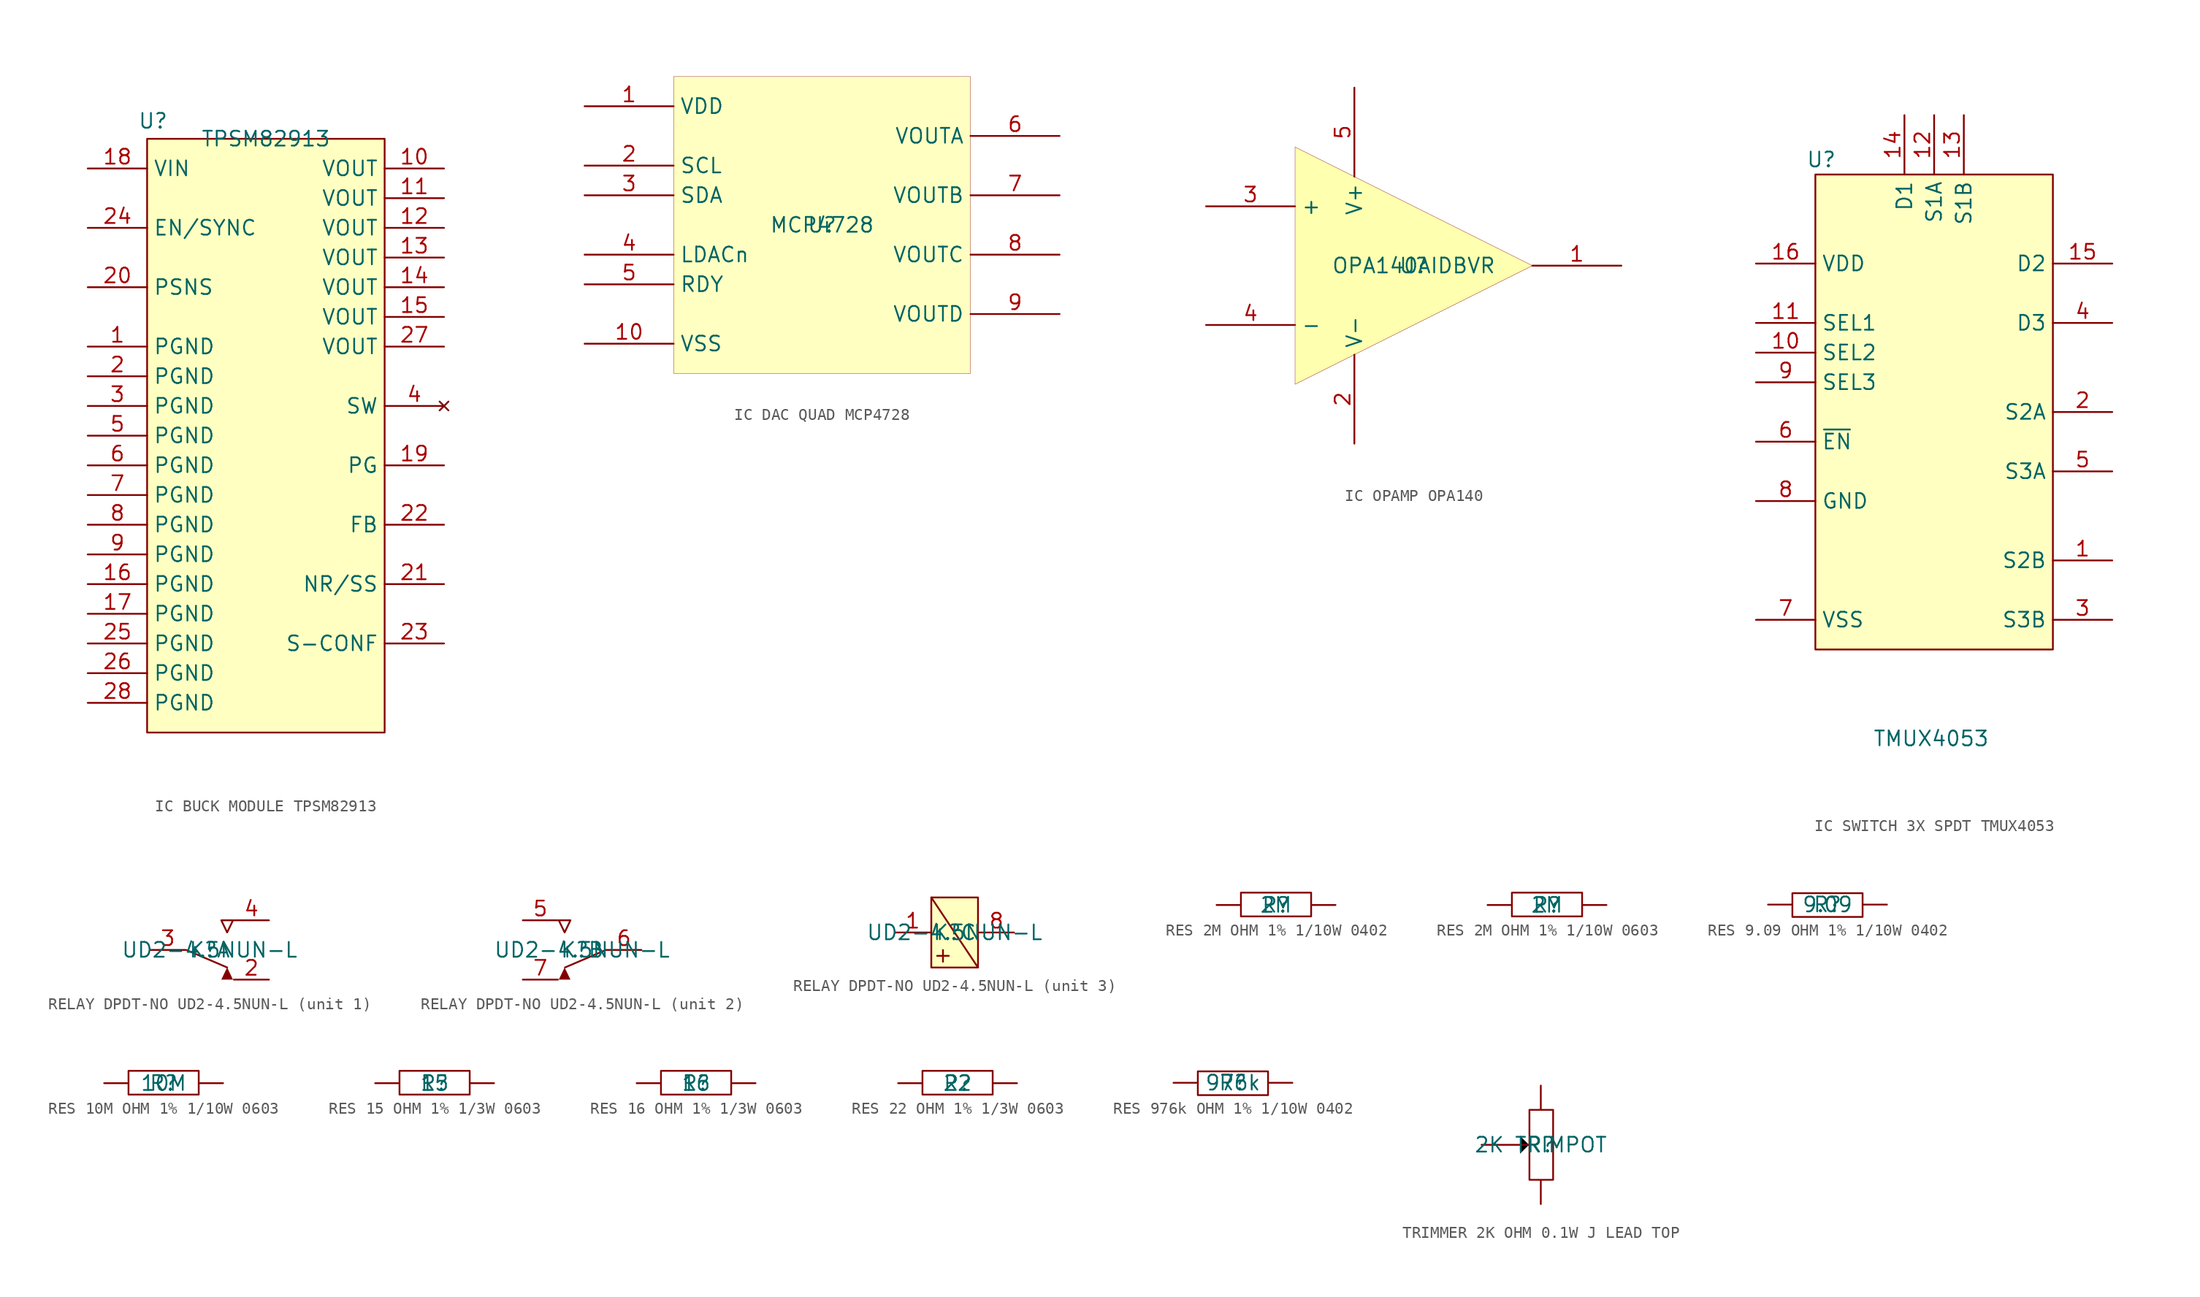
<source format=kicad_sym>
(kicad_symbol_lib
  (version 20241209)
  (generator "kicad_symbol_editor")
  (generator_version "9.0")
  (symbol "IC BUCK MODULE TPSM82913"
    (property "Reference" "U"
      (at -9.652 1.524 0)
      (effects (font (size 1.27 1.27))))
    (property "Value" "TPSM82913"
      (at 0 0 0)
      (effects (font (size 1.27 1.27))))
    (symbol "IC BUCK MODULE TPSM82913_1_1"
      (rectangle (start -10.16 0) (end 10.16 -50.8) (stroke (width 0) (type solid)) (fill (type background)))
      (pin power_in line (at -15.24 -2.54 0) (length 5.08) (name "VIN" (effects (font (size 1.27 1.27)))) (number "18" (effects (font (size 1.27 1.27)))))
      (pin input line (at -15.24 -7.62 0) (length 5.08) (name "EN/SYNC" (effects (font (size 1.27 1.27)))) (number "24" (effects (font (size 1.27 1.27)))))
      (pin input line (at -15.24 -12.7 0) (length 5.08) (name "PSNS" (effects (font (size 1.27 1.27)))) (number "20" (effects (font (size 1.27 1.27)))))
      (pin power_in line (at -15.24 -17.78 0) (length 5.08) (name "PGND" (effects (font (size 1.27 1.27)))) (number "1" (effects (font (size 1.27 1.27)))))
      (pin power_in line (at -15.24 -20.32 0) (length 5.08) (name "PGND" (effects (font (size 1.27 1.27)))) (number "2" (effects (font (size 1.27 1.27)))))
      (pin power_in line (at -15.24 -22.86 0) (length 5.08) (name "PGND" (effects (font (size 1.27 1.27)))) (number "3" (effects (font (size 1.27 1.27)))))
      (pin power_in line (at -15.24 -25.4 0) (length 5.08) (name "PGND" (effects (font (size 1.27 1.27)))) (number "5" (effects (font (size 1.27 1.27)))))
      (pin power_in line (at -15.24 -27.94 0) (length 5.08) (name "PGND" (effects (font (size 1.27 1.27)))) (number "6" (effects (font (size 1.27 1.27)))))
      (pin power_in line (at -15.24 -30.48 0) (length 5.08) (name "PGND" (effects (font (size 1.27 1.27)))) (number "7" (effects (font (size 1.27 1.27)))))
      (pin power_in line (at -15.24 -33.02 0) (length 5.08) (name "PGND" (effects (font (size 1.27 1.27)))) (number "8" (effects (font (size 1.27 1.27)))))
      (pin power_in line (at -15.24 -35.56 0) (length 5.08) (name "PGND" (effects (font (size 1.27 1.27)))) (number "9" (effects (font (size 1.27 1.27)))))
      (pin power_in line (at -15.24 -38.1 0) (length 5.08) (name "PGND" (effects (font (size 1.27 1.27)))) (number "16" (effects (font (size 1.27 1.27)))))
      (pin power_in line (at -15.24 -40.64 0) (length 5.08) (name "PGND" (effects (font (size 1.27 1.27)))) (number "17" (effects (font (size 1.27 1.27)))))
      (pin power_in line (at -15.24 -43.18 0) (length 5.08) (name "PGND" (effects (font (size 1.27 1.27)))) (number "25" (effects (font (size 1.27 1.27)))))
      (pin power_in line (at -15.24 -45.72 0) (length 5.08) (name "PGND" (effects (font (size 1.27 1.27)))) (number "26" (effects (font (size 1.27 1.27)))))
      (pin power_in line (at -15.24 -48.26 0) (length 5.08) (name "PGND" (effects (font (size 1.27 1.27)))) (number "28" (effects (font (size 1.27 1.27)))))
      (pin power_out line (at 15.24 -2.54 180) (length 5.08) (name "VOUT" (effects (font (size 1.27 1.27)))) (number "10" (effects (font (size 1.27 1.27)))))
      (pin power_out line (at 15.24 -5.08 180) (length 5.08) (name "VOUT" (effects (font (size 1.27 1.27)))) (number "11" (effects (font (size 1.27 1.27)))))
      (pin power_out line (at 15.24 -7.62 180) (length 5.08) (name "VOUT" (effects (font (size 1.27 1.27)))) (number "12" (effects (font (size 1.27 1.27)))))
      (pin power_out line (at 15.24 -10.16 180) (length 5.08) (name "VOUT" (effects (font (size 1.27 1.27)))) (number "13" (effects (font (size 1.27 1.27)))))
      (pin power_out line (at 15.24 -12.7 180) (length 5.08) (name "VOUT" (effects (font (size 1.27 1.27)))) (number "14" (effects (font (size 1.27 1.27)))))
      (pin power_out line (at 15.24 -15.24 180) (length 5.08) (name "VOUT" (effects (font (size 1.27 1.27)))) (number "15" (effects (font (size 1.27 1.27)))))
      (pin power_out line (at 15.24 -17.78 180) (length 5.08) (name "VOUT" (effects (font (size 1.27 1.27)))) (number "27" (effects (font (size 1.27 1.27)))))
      (pin no_connect line (at 15.24 -22.86 180) (length 5.08) (name "SW" (effects (font (size 1.27 1.27)))) (number "4" (effects (font (size 1.27 1.27)))))
      (pin output line (at 15.24 -27.94 180) (length 5.08) (name "PG" (effects (font (size 1.27 1.27)))) (number "19" (effects (font (size 1.27 1.27)))))
      (pin input line (at 15.24 -33.02 180) (length 5.08) (name "FB" (effects (font (size 1.27 1.27)))) (number "22" (effects (font (size 1.27 1.27)))))
      (pin output line (at 15.24 -38.1 180) (length 5.08) (name "NR/SS" (effects (font (size 1.27 1.27)))) (number "21" (effects (font (size 1.27 1.27)))))
      (pin output line (at 15.24 -43.18 180) (length 5.08) (name "S-CONF" (effects (font (size 1.27 1.27)))) (number "23" (effects (font (size 1.27 1.27)))))))
  (symbol "IC DAC QUAD MCP4728"
    (property "Reference" "U"
      (at 0 0 0)
      (effects (font (size 1.27 1.27))))
    (property "Value" "MCP4728"
      (at 0 0 0)
      (effects (font (size 1.27 1.27))))
    (symbol "IC DAC QUAD MCP4728_1_0"
      (rectangle (start 12.7 12.7) (end -12.7 -12.7) (stroke (width 0.025) (type solid) (color 128 0 0 1)) (fill (type background)))
      (pin power_in line (at -20.32 10.16 0) (length 7.62) (name "VDD" (effects (font (size 1.27 1.27)))) (number "1" (effects (font (size 1.27 1.27)))))
      (pin open_collector line (at -20.32 5.08 0) (length 7.62) (name "SCL" (effects (font (size 1.27 1.27)))) (number "2" (effects (font (size 1.27 1.27)))))
      (pin open_collector line (at -20.32 2.54 0) (length 7.62) (name "SDA" (effects (font (size 1.27 1.27)))) (number "3" (effects (font (size 1.27 1.27)))))
      (pin input line (at -20.32 -2.54 0) (length 7.62) (name "LDACn" (effects (font (size 1.27 1.27)))) (number "4" (effects (font (size 1.27 1.27)))))
      (pin open_collector line (at -20.32 -5.08 0) (length 7.62) (name "RDY" (effects (font (size 1.27 1.27)))) (number "5" (effects (font (size 1.27 1.27)))))
      (pin power_in line (at -20.32 -10.16 0) (length 7.62) (name "VSS" (effects (font (size 1.27 1.27)))) (number "10" (effects (font (size 1.27 1.27)))))
      (pin output line (at 20.32 7.62 180) (length 7.62) (name "VOUTA" (effects (font (size 1.27 1.27)))) (number "6" (effects (font (size 1.27 1.27)))))
      (pin output line (at 20.32 2.54 180) (length 7.62) (name "VOUTB" (effects (font (size 1.27 1.27)))) (number "7" (effects (font (size 1.27 1.27)))))
      (pin output line (at 20.32 -2.54 180) (length 7.62) (name "VOUTC" (effects (font (size 1.27 1.27)))) (number "8" (effects (font (size 1.27 1.27)))))
      (pin output line (at 20.32 -7.62 180) (length 7.62) (name "VOUTD" (effects (font (size 1.27 1.27)))) (number "9" (effects (font (size 1.27 1.27)))))))
  (symbol "IC OPAMP OPA140"
    (property "Reference" "U"
      (at 0 0 0)
      (effects (font (size 1.27 1.27))))
    (property "Value" "OPA140AIDBVR"
      (at 0 0 0)
      (effects (font (size 1.27 1.27))))
    (symbol "IC OPAMP OPA140_1_0"
      (polyline (pts (xy -10.16 10.16) (xy 10.16 0) (xy -10.16 -10.16) (xy -10.16 10.16)) (stroke (width 0.025) (type solid) (color 128 0 0 1)) (fill (type color) (color 255 255 176 1)))
      (pin input line (at -17.78 5.08 0) (length 7.62) (name "+" (effects (font (size 1.27 1.27)))) (number "3" (effects (font (size 1.27 1.27)))))
      (pin input line (at -17.78 -5.08 0) (length 7.62) (name "-" (effects (font (size 1.27 1.27)))) (number "4" (effects (font (size 1.27 1.27)))))
      (pin power_in line (at -5.08 15.24 270) (length 7.62) (name "V+" (effects (font (size 1.27 1.27)))) (number "5" (effects (font (size 1.27 1.27)))))
      (pin power_in line (at -5.08 -15.24 90) (length 7.62) (name "V-" (effects (font (size 1.27 1.27)))) (number "2" (effects (font (size 1.27 1.27)))))
      (pin output line (at 17.78 0 180) (length 7.62) (name "OUT" (effects (font (size 0 0)))) (number "1" (effects (font (size 1.27 1.27)))))))
  (symbol "IC SWITCH 3X SPDT TMUX4053"
    (property "Reference" "U"
      (at -9.652 21.59 0)
      (effects (font (size 1.27 1.27))))
    (property "Value" "TMUX4053"
      (at -0.254 -27.94 0)
      (effects (font (size 1.27 1.27))))
    (symbol "IC SWITCH 3X SPDT TMUX4053_1_1"
      (rectangle (start -10.16 20.32) (end 10.16 -20.32) (stroke (width 0) (type solid)) (fill (type background)))
      (pin power_in line (at -15.24 12.7 0) (length 5.08) (name "VDD" (effects (font (size 1.27 1.27)))) (number "16" (effects (font (size 1.27 1.27)))))
      (pin input line (at -15.24 7.62 0) (length 5.08) (name "SEL1" (effects (font (size 1.27 1.27)))) (number "11" (effects (font (size 1.27 1.27)))))
      (pin input line (at -15.24 5.08 0) (length 5.08) (name "SEL2" (effects (font (size 1.27 1.27)))) (number "10" (effects (font (size 1.27 1.27)))))
      (pin input line (at -15.24 2.54 0) (length 5.08) (name "SEL3" (effects (font (size 1.27 1.27)))) (number "9" (effects (font (size 1.27 1.27)))))
      (pin input line (at -15.24 -2.54 0) (length 5.08) (name "~{EN}" (effects (font (size 1.27 1.27)))) (number "6" (effects (font (size 1.27 1.27)))))
      (pin power_in line (at -15.24 -7.62 0) (length 5.08) (name "GND" (effects (font (size 1.27 1.27)))) (number "8" (effects (font (size 1.27 1.27)))))
      (pin power_in line (at -15.24 -17.78 0) (length 5.08) (name "VSS" (effects (font (size 1.27 1.27)))) (number "7" (effects (font (size 1.27 1.27)))))
      (pin passive line (at -2.54 25.4 270) (length 5.08) (name "D1" (effects (font (size 1.27 1.27)))) (number "14" (effects (font (size 1.27 1.27)))))
      (pin passive line (at 0 25.4 270) (length 5.08) (name "S1A" (effects (font (size 1.27 1.27)))) (number "12" (effects (font (size 1.27 1.27)))))
      (pin passive line (at 2.54 25.4 270) (length 5.08) (name "S1B" (effects (font (size 1.27 1.27)))) (number "13" (effects (font (size 1.27 1.27)))))
      (pin passive line (at 15.24 12.7 180) (length 5.08) (name "D2" (effects (font (size 1.27 1.27)))) (number "15" (effects (font (size 1.27 1.27)))))
      (pin passive line (at 15.24 7.62 180) (length 5.08) (name "D3" (effects (font (size 1.27 1.27)))) (number "4" (effects (font (size 1.27 1.27)))))
      (pin passive line (at 15.24 0 180) (length 5.08) (name "S2A" (effects (font (size 1.27 1.27)))) (number "2" (effects (font (size 1.27 1.27)))))
      (pin passive line (at 15.24 -5.08 180) (length 5.08) (name "S3A" (effects (font (size 1.27 1.27)))) (number "5" (effects (font (size 1.27 1.27)))))
      (pin passive line (at 15.24 -12.7 180) (length 5.08) (name "S2B" (effects (font (size 1.27 1.27)))) (number "1" (effects (font (size 1.27 1.27)))))
      (pin passive line (at 15.24 -17.78 180) (length 5.08) (name "S3B" (effects (font (size 1.27 1.27)))) (number "3" (effects (font (size 1.27 1.27)))))))
  (symbol "RELAY DPDT-NO UD2-4.5NUN-L"
    (pin_names
      (hide yes))
    (property "Reference" "K"
      (at 0 0 0)
      (effects (font (size 1.27 1.27))))
    (property "Value" "UD2-4.5NUN-L"
      (at 0 0 0)
      (effects (font (size 1.27 1.27))))
    (symbol "RELAY DPDT-NO UD2-4.5NUN-L_1_0"
      (polyline (pts (xy -2 0) (xy 1.5 -1.5)) (stroke (width 0) (type solid)) (fill (type none)))
      (polyline (pts (xy 1 -2.54) (xy 2 -2.54) (xy 1.5 -1.5) (xy 1 -2.54)) (stroke (width -0.0001) (type solid)) (fill (type outline)))
      (polyline (pts (xy 1.5 1.5) (xy 1 2.54) (xy 2 2.54) (xy 1.5 1.5)) (stroke (width 0) (type solid)) (fill (type none)))
      (pin passive line (at -5.08 0 0) (length 3) (name "3" (effects (font (size 1.27 1.27)))) (number "3" (effects (font (size 1.27 1.27)))))
      (pin passive line (at 5.08 2.54 180) (length 3) (name "4" (effects (font (size 1.27 1.27)))) (number "4" (effects (font (size 1.27 1.27)))))
      (pin passive line (at 5.08 -2.54 180) (length 3) (name "2" (effects (font (size 1.27 1.27)))) (number "2" (effects (font (size 1.27 1.27))))))
    (symbol "RELAY DPDT-NO UD2-4.5NUN-L_2_0"
      (polyline (pts (xy -1.5 -1.5) (xy -1 -2.54) (xy -2 -2.54) (xy -1.5 -1.5)) (stroke (width -0.0001) (type solid)) (fill (type outline)))
      (polyline (pts (xy -1.468 -1.5) (xy 2.032 0)) (stroke (width 0) (type solid)) (fill (type none)))
      (polyline (pts (xy -1 2.54) (xy -2 2.54) (xy -1.5 1.5) (xy -1 2.54)) (stroke (width 0) (type solid)) (fill (type none)))
      (pin passive line (at -5.08 2.54 0) (length 3) (name "5" (effects (font (size 1.27 1.27)))) (number "5" (effects (font (size 1.27 1.27)))))
      (pin passive line (at -5.08 -2.54 0) (length 3) (name "7" (effects (font (size 1.27 1.27)))) (number "7" (effects (font (size 1.27 1.27)))))
      (pin passive line (at 5.08 0 180) (length 3) (name "6" (effects (font (size 1.27 1.27)))) (number "6" (effects (font (size 1.27 1.27))))))
    (symbol "RELAY DPDT-NO UD2-4.5NUN-L_3_0"
      (polyline (pts (xy -2 3) (xy 2 -3)) (stroke (width 0) (type solid)) (fill (type none)))
      (polyline (pts (xy -2 -3) (xy 2 -3) (xy 2 3) (xy -2 3) (xy -2 -3)) (stroke (width 0) (type solid)) (fill (type none)))
      (polyline (pts (xy -1.5 -2) (xy -0.5 -2)) (stroke (width 0) (type solid)) (fill (type none)))
      (polyline (pts (xy -1 -2.5) (xy -1 -1.5)) (stroke (width 0) (type solid)) (fill (type none)))
      (rectangle (start 2 3) (end -2 -3) (stroke (width 0.025) (type solid) (color 128 0 0 1)) (fill (type background)))
      (pin passive line (at -5.08 0 0) (length 3) (name "1" (effects (font (size 1.27 1.27)))) (number "1" (effects (font (size 1.27 1.27)))))
      (pin passive line (at 5.08 0 180) (length 3) (name "8" (effects (font (size 1.27 1.27)))) (number "8" (effects (font (size 1.27 1.27)))))))
  (symbol "RES 2M OHM 1% 1/10W 0402"
    (pin_numbers
      (hide yes))
    (pin_names
      (hide yes))
    (property "Reference" "R"
      (at 0 0 0)
      (effects (font (size 1.27 1.27))))
    (property "Value" "2M"
      (at 0 0 0)
      (effects (font (size 1.27 1.27))))
    (symbol "RES 2M OHM 1% 1/10W 0402_1_0"
      (rectangle (start 3 1.056) (end -3 -0.976) (stroke (width 0) (type solid)) (fill (type none)))
      (pin passive line (at -5.08 0 0) (length 2) (name "2" (effects (font (size 1.27 1.27)))) (number "2" (effects (font (size 1.27 1.27)))))
      (pin passive line (at 5.08 0 180) (length 2) (name "1" (effects (font (size 1.27 1.27)))) (number "1" (effects (font (size 1.27 1.27)))))))
  (symbol "RES 2M OHM 1% 1/10W 0603"
    (pin_numbers
      (hide yes))
    (pin_names
      (hide yes))
    (property "Reference" "R"
      (at 0 0 0)
      (effects (font (size 1.27 1.27))))
    (property "Value" "2M"
      (at 0 0 0)
      (effects (font (size 1.27 1.27))))
    (symbol "RES 2M OHM 1% 1/10W 0603_1_0"
      (rectangle (start 3 1.056) (end -3 -0.976) (stroke (width 0) (type solid)) (fill (type none)))
      (pin passive line (at -5.08 0 0) (length 2) (name "2" (effects (font (size 1.27 1.27)))) (number "2" (effects (font (size 1.27 1.27)))))
      (pin passive line (at 5.08 0 180) (length 2) (name "1" (effects (font (size 1.27 1.27)))) (number "1" (effects (font (size 1.27 1.27)))))))
  (symbol "RES 9.09 OHM 1% 1/10W 0402"
    (pin_numbers
      (hide yes))
    (pin_names
      (hide yes))
    (property "Reference" "R"
      (at 0 0 0)
      (effects (font (size 1.27 1.27))))
    (property "Value" "9.09"
      (at 0 0 0)
      (effects (font (size 1.27 1.27))))
    (symbol "RES 9.09 OHM 1% 1/10W 0402_1_0"
      (rectangle (start 3 0.976) (end -3 -1.056) (stroke (width 0) (type solid)) (fill (type none)))
      (pin passive line (at -5.08 0 0) (length 2) (name "1" (effects (font (size 1.27 1.27)))) (number "1" (effects (font (size 1.27 1.27)))))
      (pin passive line (at 5.08 0 180) (length 2) (name "2" (effects (font (size 1.27 1.27)))) (number "2" (effects (font (size 1.27 1.27)))))))
  (symbol "RES 10M OHM 1% 1/10W 0603"
    (pin_numbers
      (hide yes))
    (pin_names
      (hide yes))
    (property "Reference" "R"
      (at 0 0 0)
      (effects (font (size 1.27 1.27))))
    (property "Value" "10M"
      (at 0 0 0)
      (effects (font (size 1.27 1.27))))
    (symbol "RES 10M OHM 1% 1/10W 0603_1_0"
      (rectangle (start 3 1.056) (end -3 -0.976) (stroke (width 0) (type solid)) (fill (type none)))
      (pin passive line (at -5.08 0 0) (length 2) (name "2" (effects (font (size 1.27 1.27)))) (number "2" (effects (font (size 1.27 1.27)))))
      (pin passive line (at 5.08 0 180) (length 2) (name "1" (effects (font (size 1.27 1.27)))) (number "1" (effects (font (size 1.27 1.27)))))))
  (symbol "RES 15 OHM 1% 1/3W 0603"
    (pin_numbers
      (hide yes))
    (pin_names
      (hide yes))
    (property "Reference" "R"
      (at 0 0 0)
      (effects (font (size 1.27 1.27))))
    (property "Value" "15"
      (at 0 0 0)
      (effects (font (size 1.27 1.27))))
    (symbol "RES 15 OHM 1% 1/3W 0603_1_0"
      (rectangle (start 3 1.056) (end -3 -0.976) (stroke (width 0) (type solid)) (fill (type none)))
      (pin passive line (at -5.08 0 0) (length 2) (name "2" (effects (font (size 1.27 1.27)))) (number "2" (effects (font (size 1.27 1.27)))))
      (pin passive line (at 5.08 0 180) (length 2) (name "1" (effects (font (size 1.27 1.27)))) (number "1" (effects (font (size 1.27 1.27)))))))
  (symbol "RES 16 OHM 1% 1/3W 0603"
    (pin_numbers
      (hide yes))
    (pin_names
      (hide yes))
    (property "Reference" "R"
      (at 0 0 0)
      (effects (font (size 1.27 1.27))))
    (property "Value" "16"
      (at 0 0 0)
      (effects (font (size 1.27 1.27))))
    (symbol "RES 16 OHM 1% 1/3W 0603_1_0"
      (rectangle (start 3 1.056) (end -3 -0.976) (stroke (width 0) (type solid)) (fill (type none)))
      (pin passive line (at -5.08 0 0) (length 2) (name "2" (effects (font (size 1.27 1.27)))) (number "2" (effects (font (size 1.27 1.27)))))
      (pin passive line (at 5.08 0 180) (length 2) (name "1" (effects (font (size 1.27 1.27)))) (number "1" (effects (font (size 1.27 1.27)))))))
  (symbol "RES 22 OHM 1% 1/3W 0603"
    (pin_numbers
      (hide yes))
    (pin_names
      (hide yes))
    (property "Reference" "R"
      (at 0 0 0)
      (effects (font (size 1.27 1.27))))
    (property "Value" "22"
      (at 0 0 0)
      (effects (font (size 1.27 1.27))))
    (symbol "RES 22 OHM 1% 1/3W 0603_1_0"
      (rectangle (start 3 1.056) (end -3 -0.976) (stroke (width 0) (type solid)) (fill (type none)))
      (pin passive line (at -5.08 0 0) (length 2) (name "2" (effects (font (size 1.27 1.27)))) (number "2" (effects (font (size 1.27 1.27)))))
      (pin passive line (at 5.08 0 180) (length 2) (name "1" (effects (font (size 1.27 1.27)))) (number "1" (effects (font (size 1.27 1.27)))))))
  (symbol "RES 976k OHM 1% 1/10W 0402"
    (pin_numbers
      (hide yes))
    (pin_names
      (hide yes))
    (property "Reference" "R"
      (at 0 0 0)
      (effects (font (size 1.27 1.27))))
    (property "Value" "976k"
      (at 0 0 0)
      (effects (font (size 1.27 1.27))))
    (symbol "RES 976k OHM 1% 1/10W 0402_1_0"
      (rectangle (start 3 0.976) (end -3 -1.056) (stroke (width 0) (type solid)) (fill (type none)))
      (pin passive line (at -5.08 0 0) (length 2) (name "1" (effects (font (size 1.27 1.27)))) (number "1" (effects (font (size 1.27 1.27)))))
      (pin passive line (at 5.08 0 180) (length 2) (name "2" (effects (font (size 1.27 1.27)))) (number "2" (effects (font (size 1.27 1.27)))))))
  (symbol "TRIMMER 2K OHM 0.1W J LEAD TOP"
    (pin_numbers
      (hide yes))
    (pin_names
      (hide yes))
    (property "Reference" "R"
      (at 0 0 0)
      (effects (font (size 1.27 1.27))))
    (property "Value" "2K TRIMPOT"
      (at 0 0 0)
      (effects (font (size 1.27 1.27))))
    (symbol "TRIMMER 2K OHM 0.1W J LEAD TOP_1_0"
      (polyline (pts (xy -1.016 0) (xy -1.778 -0.762) (xy -1.778 0.762) (xy -1.016 0)) (stroke (width -0.0001) (type solid) (color 0 0 0 1)) (fill (type outline)))
      (rectangle (start 1.056 3) (end -0.976 -3) (stroke (width 0) (type solid)) (fill (type none)))
      (pin passive line (at -5.08 0 0) (length 4.064) (name "2" (effects (font (size 1.27 1.27)))) (number "2" (effects (font (size 1.27 1.27)))))
      (pin passive line (at 0 5.08 270) (length 2) (name "1" (effects (font (size 1.27 1.27)))) (number "1" (effects (font (size 1.27 1.27)))))
      (pin passive line (at 0 -5.08 90) (length 2) (name "3" (effects (font (size 1.27 1.27)))) (number "3" (effects (font (size 1.27 1.27))))))))
</source>
